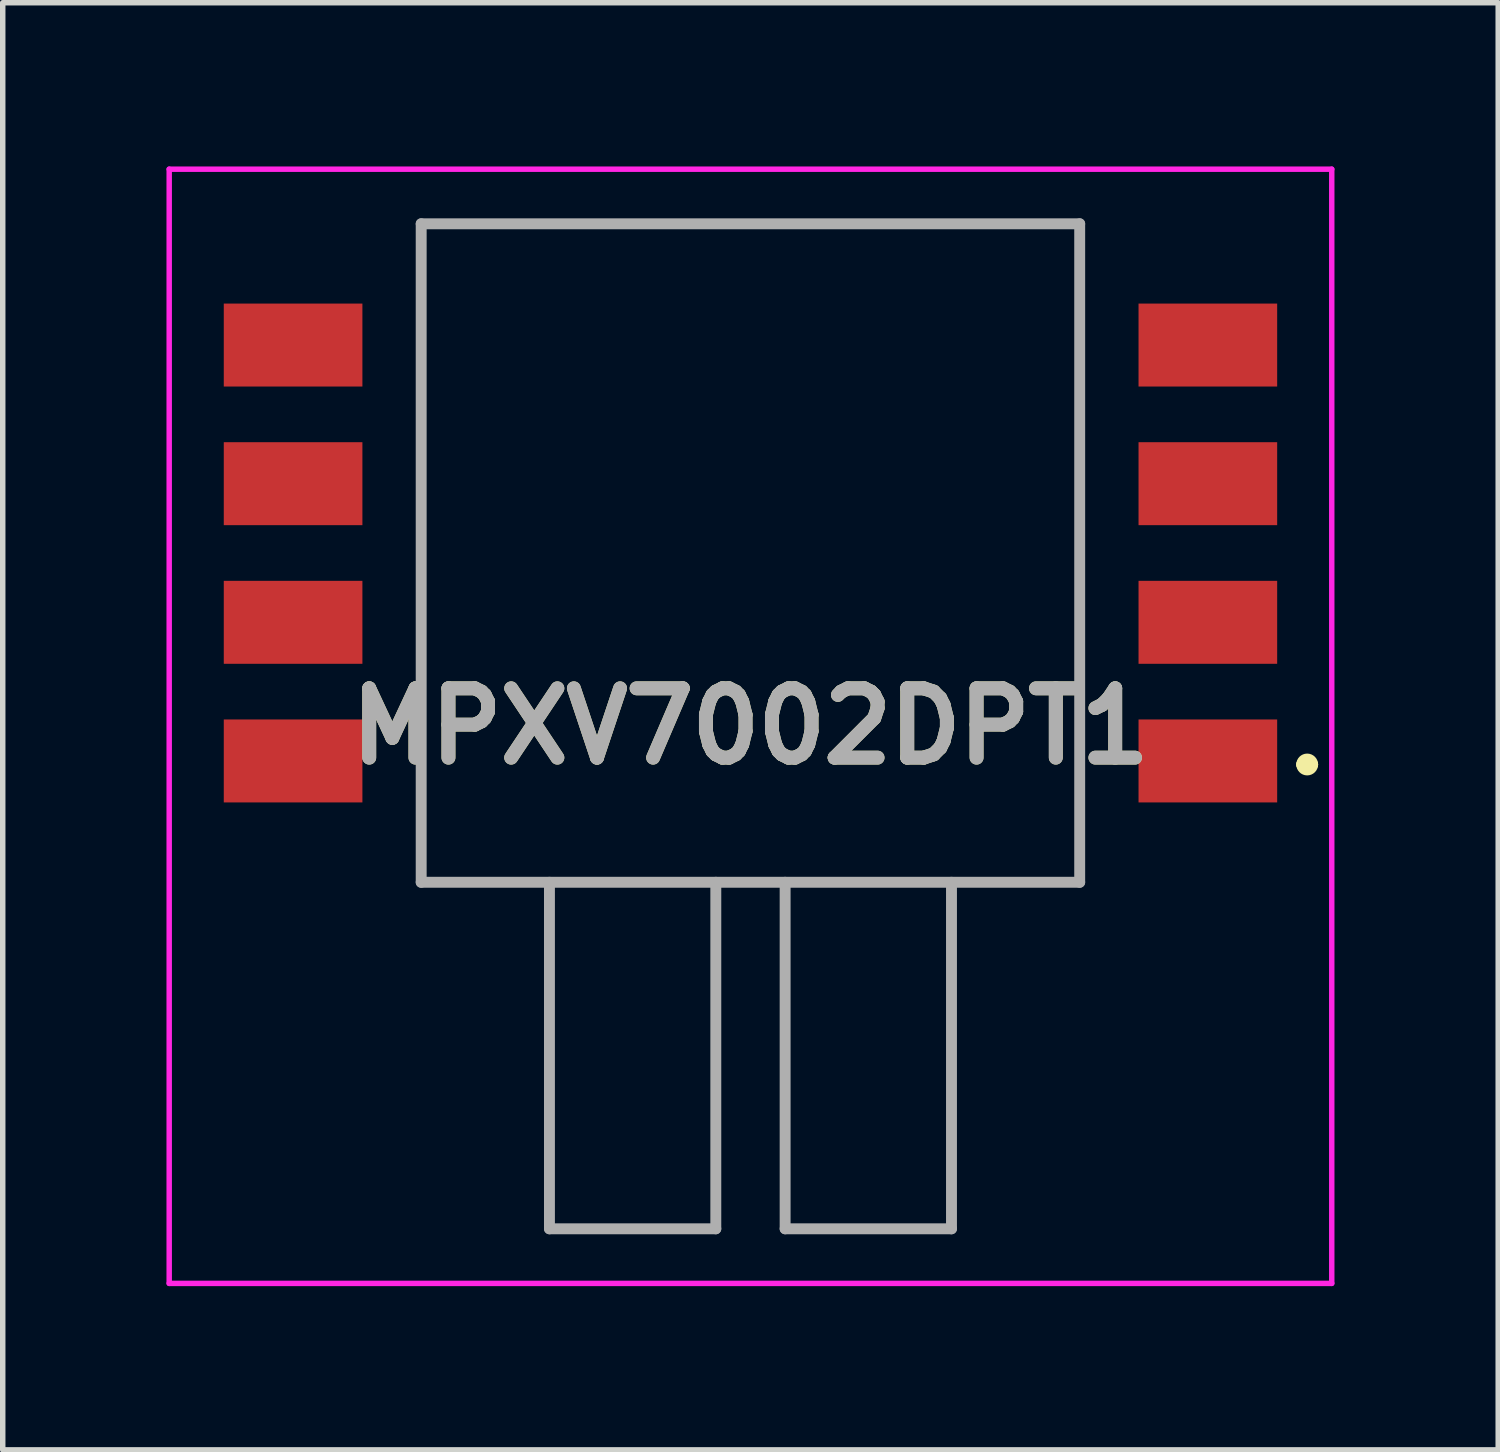
<source format=kicad_pcb>
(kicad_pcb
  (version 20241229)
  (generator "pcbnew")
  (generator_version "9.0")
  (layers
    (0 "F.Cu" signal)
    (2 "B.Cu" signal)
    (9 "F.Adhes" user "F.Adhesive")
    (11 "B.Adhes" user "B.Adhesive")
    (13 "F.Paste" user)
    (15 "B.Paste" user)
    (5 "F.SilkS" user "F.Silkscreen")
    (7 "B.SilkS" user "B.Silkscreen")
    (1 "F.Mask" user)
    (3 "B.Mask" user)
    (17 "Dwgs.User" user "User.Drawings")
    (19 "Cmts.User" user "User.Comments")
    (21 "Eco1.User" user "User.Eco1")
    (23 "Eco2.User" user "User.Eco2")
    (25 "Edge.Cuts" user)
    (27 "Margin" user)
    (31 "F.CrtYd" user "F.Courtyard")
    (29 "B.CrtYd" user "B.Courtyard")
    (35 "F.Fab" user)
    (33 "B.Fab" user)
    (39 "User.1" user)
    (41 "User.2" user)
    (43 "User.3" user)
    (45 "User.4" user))
  (footprint "MPXV7002DPT1"
    (layer "F.Cu")
    (at 10.7 10.257)
    (property "Reference" "MPXV7002DPT1" (at 0 0 0) (layer "F.SilkS") (effects (font (size 1.27 1.27) (thickness 0.254))))
    (attr smd)
    (fp_line (start -6.033 -9.207) (end 6.032 -9.207) (stroke (width 0.1) (type solid)) (layer "F.SilkS"))
    (fp_line (start -6.033 2.857) (end -6.033 -9.207) (stroke (width 0.1) (type solid)) (layer "F.SilkS"))
    (fp_line (start 6.032 -9.207) (end 6.032 2.857) (stroke (width 0.1) (type solid)) (layer "F.SilkS"))
    (fp_line (start 6.032 2.857) (end -6.033 2.857) (stroke (width 0.1) (type solid)) (layer "F.SilkS"))
    (fp_line (start 10.1 0.7) (end 10.1 0.7) (stroke (width 0.2) (type solid)) (layer "F.SilkS"))
    (fp_line (start 10.3 0.7) (end 10.3 0.7) (stroke (width 0.2) (type solid)) (layer "F.SilkS"))
    (fp_arc (start 10.1 0.7) (mid 10.2 0.6) (end 10.3 0.7) (stroke (width 0.2) (type solid)) (layer "F.SilkS"))
    (fp_arc (start 10.3 0.7) (mid 10.2 0.8) (end 10.1 0.7) (stroke (width 0.2) (type solid)) (layer "F.SilkS"))
    (fp_line (start -10.65 -10.207) (end 10.65 -10.207) (stroke (width 0.1) (type solid)) (layer "F.CrtYd"))
    (fp_line (start -10.65 10.207) (end -10.65 -10.207) (stroke (width 0.1) (type solid)) (layer "F.CrtYd"))
    (fp_line (start 10.65 -10.207) (end 10.65 10.207) (stroke (width 0.1) (type solid)) (layer "F.CrtYd"))
    (fp_line (start 10.65 10.207) (end -10.65 10.207) (stroke (width 0.1) (type solid)) (layer "F.CrtYd"))
    (fp_line (start -6.033 -9.207) (end 6.032 -9.207) (stroke (width 0.2) (type solid)) (layer "F.Fab"))
    (fp_line (start -6.033 2.858) (end -6.033 -9.207) (stroke (width 0.2) (type solid)) (layer "F.Fab"))
    (fp_line (start -3.683 2.858) (end -3.683 9.207) (stroke (width 0.2) (type solid)) (layer "F.Fab"))
    (fp_line (start -3.683 9.207) (end -0.635 9.207) (stroke (width 0.2) (type solid)) (layer "F.Fab"))
    (fp_line (start -0.635 9.207) (end -0.635 2.858) (stroke (width 0.2) (type solid)) (layer "F.Fab"))
    (fp_line (start 0.635 2.858) (end 0.635 9.207) (stroke (width 0.2) (type solid)) (layer "F.Fab"))
    (fp_line (start 0.635 9.207) (end 3.683 9.207) (stroke (width 0.2) (type solid)) (layer "F.Fab"))
    (fp_line (start 3.683 9.207) (end 3.683 2.858) (stroke (width 0.2) (type solid)) (layer "F.Fab"))
    (fp_line (start 6.032 -9.207) (end 6.032 2.858) (stroke (width 0.2) (type solid)) (layer "F.Fab"))
    (fp_line (start 6.032 2.858) (end -6.033 2.858) (stroke (width 0.2) (type solid)) (layer "F.Fab"))
    (fp_text user "${REFERENCE}" (at 0 0 0) (layer "F.Fab") (effects (font (size 1.27 1.27) (thickness 0.254))))
    (pad "1" smd rect (at 8.38 0.635 90) (size 1.52 2.54) (layers "F.Cu" "F.Mask" "F.Paste"))
    (pad "2" smd rect (at 8.38 -1.905 90) (size 1.52 2.54) (layers "F.Cu" "F.Mask" "F.Paste"))
    (pad "3" smd rect (at 8.38 -4.445 90) (size 1.52 2.54) (layers "F.Cu" "F.Mask" "F.Paste"))
    (pad "4" smd rect (at 8.38 -6.985 90) (size 1.52 2.54) (layers "F.Cu" "F.Mask" "F.Paste"))
    (pad "5" smd rect (at -8.38 -6.985 90) (size 1.52 2.54) (layers "F.Cu" "F.Mask" "F.Paste"))
    (pad "6" smd rect (at -8.38 -4.445 90) (size 1.52 2.54) (layers "F.Cu" "F.Mask" "F.Paste"))
    (pad "7" smd rect (at -8.38 -1.905 90) (size 1.52 2.54) (layers "F.Cu" "F.Mask" "F.Paste"))
    (pad "8" smd rect (at -8.38 0.635 90) (size 1.52 2.54) (layers "F.Cu" "F.Mask" "F.Paste")))
  (gr_rect
    (start -3 -3)
    (end 24.4 23.514)
    (stroke (width 0.1) (type default))
    (fill no)
    (layer "Edge.Cuts")))
</source>
